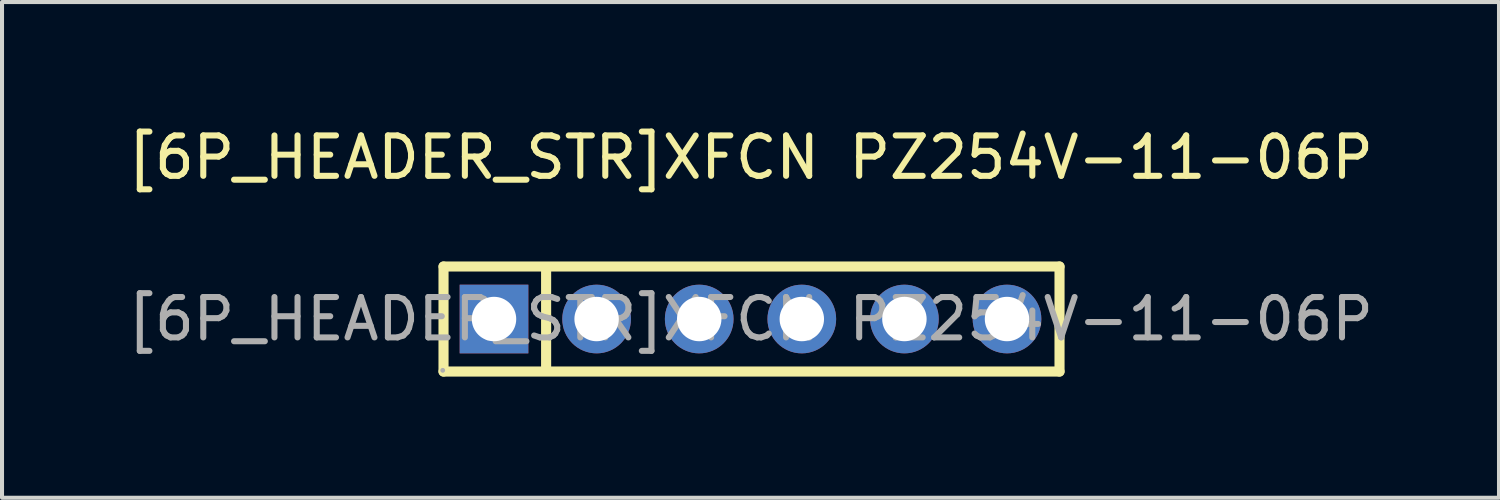
<source format=kicad_pcb>
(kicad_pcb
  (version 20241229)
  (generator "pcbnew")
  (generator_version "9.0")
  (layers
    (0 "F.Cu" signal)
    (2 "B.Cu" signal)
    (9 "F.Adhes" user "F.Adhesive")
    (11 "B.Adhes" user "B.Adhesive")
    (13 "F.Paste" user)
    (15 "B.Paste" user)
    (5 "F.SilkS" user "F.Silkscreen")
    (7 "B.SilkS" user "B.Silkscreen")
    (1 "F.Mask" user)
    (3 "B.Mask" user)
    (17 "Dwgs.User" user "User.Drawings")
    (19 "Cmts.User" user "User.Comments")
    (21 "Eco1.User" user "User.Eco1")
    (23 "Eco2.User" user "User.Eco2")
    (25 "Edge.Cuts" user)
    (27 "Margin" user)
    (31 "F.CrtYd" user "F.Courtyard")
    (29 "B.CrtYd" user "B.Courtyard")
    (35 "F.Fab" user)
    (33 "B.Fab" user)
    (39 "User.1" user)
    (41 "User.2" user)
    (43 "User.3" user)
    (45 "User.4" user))
  (footprint "[6P_HEADER_STR]XFCN PZ254V-11-06P"
    (layer "F.Cu")
    (at 15.53 4.848)
    (property "Reference" "[6P_HEADER_STR]XFCN PZ254V-11-06P" (at 0 -4 0) (layer "F.SilkS") (effects (font (size 1 1) (thickness 0.15))))
    (attr through_hole)
    (fp_line (start -7.6 -1.3) (end 7.65 -1.3) (stroke (width 0.25) (type solid)) (layer "F.SilkS"))
    (fp_line (start -7.6 1.3) (end -7.6 -1.3) (stroke (width 0.25) (type solid)) (layer "F.SilkS"))
    (fp_line (start -5.06 -1.27) (end -5.06 1.27) (stroke (width 0.25) (type solid)) (layer "F.SilkS"))
    (fp_line (start 7.65 -1.3) (end 7.65 1.3) (stroke (width 0.25) (type solid)) (layer "F.SilkS"))
    (fp_line (start 7.65 1.3) (end -7.6 1.3) (stroke (width 0.25) (type solid)) (layer "F.SilkS"))
    (fp_circle (center -7.62 1.27) (end -7.59 1.27) (stroke (width 0.06) (type solid)) (fill no) (layer "F.Fab"))
    (fp_text user "${REFERENCE}" (at 0 0 0) (layer "F.Fab") (effects (font (size 1 1) (thickness 0.15))))
    (pad "1" thru_hole rect (at -6.35 0) (size 1.7 1.7) (drill 1.1) (layers "*.Cu" "*.Mask"))
    (pad "2" thru_hole circle (at -3.81 0) (size 1.7 1.7) (drill 1.1) (layers "*.Cu" "*.Mask"))
    (pad "3" thru_hole circle (at -1.27 0) (size 1.7 1.7) (drill 1.1) (layers "*.Cu" "*.Mask"))
    (pad "4" thru_hole circle (at 1.27 0) (size 1.7 1.7) (drill 1.1) (layers "*.Cu" "*.Mask"))
    (pad "5" thru_hole circle (at 3.81 0) (size 1.7 1.7) (drill 1.1) (layers "*.Cu" "*.Mask"))
    (pad "6" thru_hole circle (at 6.35 0) (size 1.7 1.7) (drill 1.1) (layers "*.Cu" "*.Mask")))
  (gr_rect
    (start -3 -3)
    (end 34.06 9.273)
    (stroke (width 0.1) (type default))
    (fill no)
    (layer "Edge.Cuts")))
</source>
